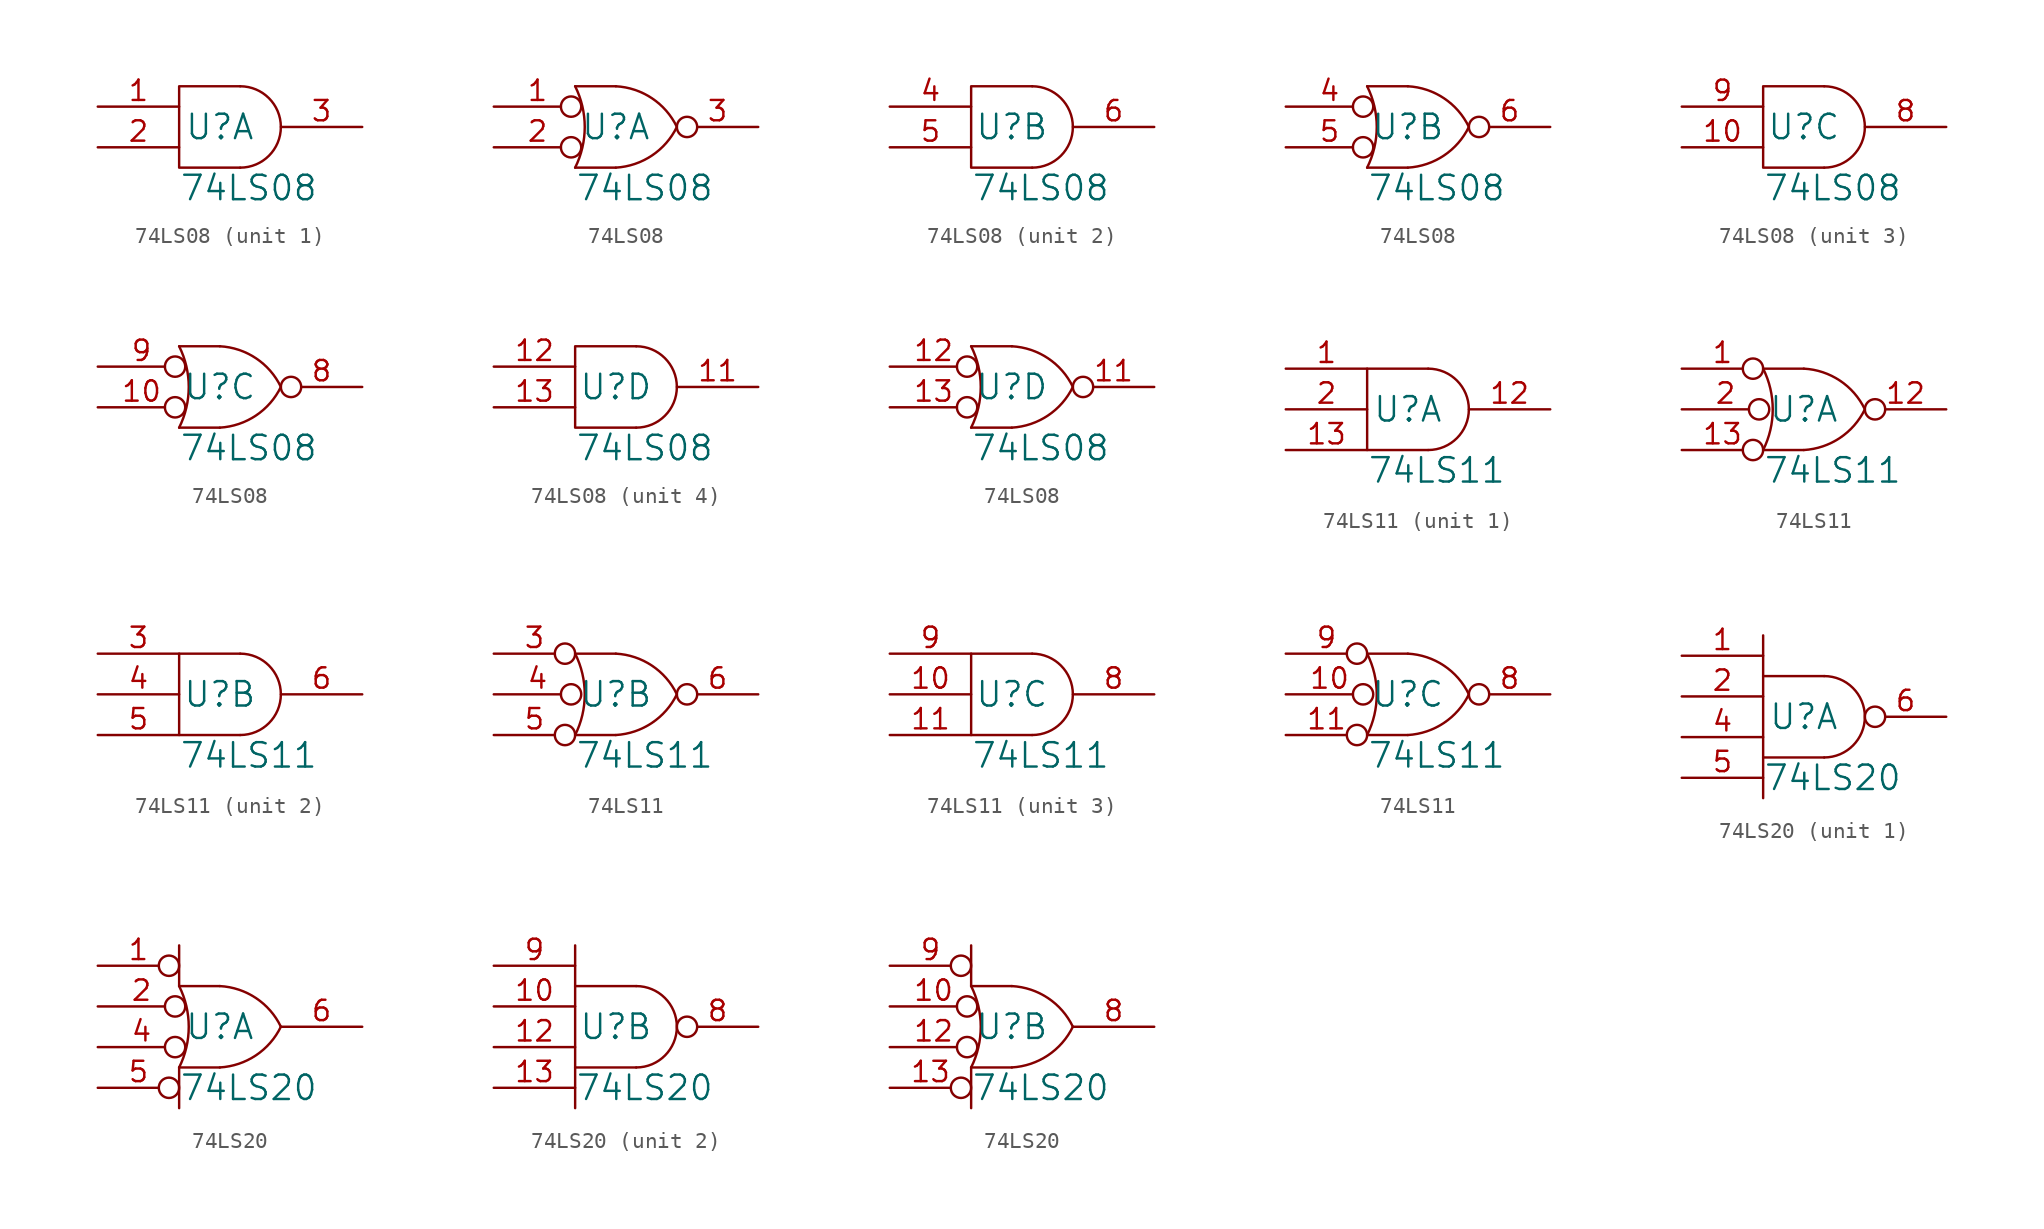
<source format=kicad_sym>
(kicad_symbol_lib
  (version 20211014)
  (generator kicad_symbol_editor)
  (symbol "74LS08"
    (pin_names
      (offset 0.762))
    (property "Reference" "U"
      (at 0 0 0)
      (effects (font (size 1.524 1.524))))
    (property "Value" "74LS08"
      (at -2.54 -3.81 0)
      (effects (font (size 1.524 1.524)) (justify left)))
    (property "Footprint" ""
      (at 0 0 0)
      (effects (font (size 1.524 1.524))))
    (property "Datasheet" ""
      (at 0 0 0)
      (effects (font (size 1.524 1.524))))
    (symbol "74LS08_0_0"
      (pin power_in line (at -1.27 2.54 90) (length 0) hide (name "VCC" (effects (font (size 1.016 1.016)))) (number "14" (effects (font (size 1.016 1.016)))))
      (pin power_in line (at -1.27 -2.54 90) (length 0) hide (name "GND" (effects (font (size 1.016 1.016)))) (number "7" (effects (font (size 1.016 1.016))))))
    (symbol "74LS08_0_1"
      (polyline (pts (xy 1.27 2.54) (xy -2.54 2.54) (xy -2.54 -2.54) (xy 1.27 -2.54)) (stroke (width 0) (type default) (color 0 0 0 0)) (fill (type none)))
      (arc (start 1.27 -2.54) (mid 3.81 0) (end 1.27 2.54) (stroke (width 0) (type default) (color 0 0 0 0)) (fill (type none))))
    (symbol "74LS08_0_2"
      (arc (start -2.54 -2.54) (mid -1.9404 0) (end -2.54 2.54) (stroke (width 0) (type default) (color 0 0 0 0)) (fill (type none)))
      (arc (start 0 -2.54) (mid 2.2496 -1.787) (end 3.81 0) (stroke (width 0) (type default) (color 0 0 0 0)) (fill (type none)))
      (polyline (pts (xy 0 -2.54) (xy -2.54 -2.54)) (stroke (width 0) (type default) (color 0 0 0 0)) (fill (type none)))
      (polyline (pts (xy 0 2.54) (xy -2.54 2.54) (xy -2.54 2.54)) (stroke (width 0) (type default) (color 0 0 0 0)) (fill (type none)))
      (arc (start 3.81 0) (mid 2.2536 1.793) (end 0 2.54) (stroke (width 0) (type default) (color 0 0 0 0)) (fill (type none))))
    (symbol "74LS08_1_1"
      (pin input line (at -7.62 1.27 0) (length 5.08) (name "~" (effects (font (size 1.27 1.27)))) (number "1" (effects (font (size 1.27 1.27)))))
      (pin input line (at -7.62 -1.27 0) (length 5.08) (name "~" (effects (font (size 1.27 1.27)))) (number "2" (effects (font (size 1.27 1.27)))))
      (pin output line (at 8.89 0 180) (length 5.08) (name "~" (effects (font (size 1.27 1.27)))) (number "3" (effects (font (size 1.27 1.27))))))
    (symbol "74LS08_1_2"
      (pin input inverted (at -7.62 1.27 0) (length 5.461) (name "~" (effects (font (size 1.27 1.27)))) (number "1" (effects (font (size 1.27 1.27)))))
      (pin input inverted (at -7.62 -1.27 0) (length 5.461) (name "~" (effects (font (size 1.27 1.27)))) (number "2" (effects (font (size 1.27 1.27)))))
      (pin output inverted (at 8.89 0 180) (length 5.08) (name "~" (effects (font (size 1.27 1.27)))) (number "3" (effects (font (size 1.27 1.27))))))
    (symbol "74LS08_2_1"
      (pin input line (at -7.62 1.27 0) (length 5.08) (name "~" (effects (font (size 1.27 1.27)))) (number "4" (effects (font (size 1.27 1.27)))))
      (pin input line (at -7.62 -1.27 0) (length 5.08) (name "~" (effects (font (size 1.27 1.27)))) (number "5" (effects (font (size 1.27 1.27)))))
      (pin output line (at 8.89 0 180) (length 5.08) (name "~" (effects (font (size 1.27 1.27)))) (number "6" (effects (font (size 1.27 1.27))))))
    (symbol "74LS08_2_2"
      (pin input inverted (at -7.62 1.27 0) (length 5.461) (name "~" (effects (font (size 1.27 1.27)))) (number "4" (effects (font (size 1.27 1.27)))))
      (pin input inverted (at -7.62 -1.27 0) (length 5.461) (name "~" (effects (font (size 1.27 1.27)))) (number "5" (effects (font (size 1.27 1.27)))))
      (pin output inverted (at 8.89 0 180) (length 5.08) (name "~" (effects (font (size 1.27 1.27)))) (number "6" (effects (font (size 1.27 1.27))))))
    (symbol "74LS08_3_1"
      (pin input line (at -7.62 -1.27 0) (length 5.08) (name "~" (effects (font (size 1.27 1.27)))) (number "10" (effects (font (size 1.27 1.27)))))
      (pin output line (at 8.89 0 180) (length 5.08) (name "~" (effects (font (size 1.27 1.27)))) (number "8" (effects (font (size 1.27 1.27)))))
      (pin input line (at -7.62 1.27 0) (length 5.08) (name "~" (effects (font (size 1.27 1.27)))) (number "9" (effects (font (size 1.27 1.27))))))
    (symbol "74LS08_3_2"
      (pin input inverted (at -7.62 -1.27 0) (length 5.461) (name "~" (effects (font (size 1.27 1.27)))) (number "10" (effects (font (size 1.27 1.27)))))
      (pin output inverted (at 8.89 0 180) (length 5.08) (name "~" (effects (font (size 1.27 1.27)))) (number "8" (effects (font (size 1.27 1.27)))))
      (pin input inverted (at -7.62 1.27 0) (length 5.461) (name "~" (effects (font (size 1.27 1.27)))) (number "9" (effects (font (size 1.27 1.27))))))
    (symbol "74LS08_4_1"
      (pin output line (at 8.89 0 180) (length 5.08) (name "~" (effects (font (size 1.27 1.27)))) (number "11" (effects (font (size 1.27 1.27)))))
      (pin input line (at -7.62 1.27 0) (length 5.08) (name "~" (effects (font (size 1.27 1.27)))) (number "12" (effects (font (size 1.27 1.27)))))
      (pin input line (at -7.62 -1.27 0) (length 5.08) (name "~" (effects (font (size 1.27 1.27)))) (number "13" (effects (font (size 1.27 1.27))))))
    (symbol "74LS08_4_2"
      (pin output inverted (at 8.89 0 180) (length 5.08) (name "~" (effects (font (size 1.27 1.27)))) (number "11" (effects (font (size 1.27 1.27)))))
      (pin input inverted (at -7.62 1.27 0) (length 5.461) (name "~" (effects (font (size 1.27 1.27)))) (number "12" (effects (font (size 1.27 1.27)))))
      (pin input inverted (at -7.62 -1.27 0) (length 5.461) (name "~" (effects (font (size 1.27 1.27)))) (number "13" (effects (font (size 1.27 1.27)))))))
  (symbol "74LS11"
    (pin_names
      (offset 0.762))
    (property "Reference" "U"
      (at 0 0 0)
      (effects (font (size 1.524 1.524))))
    (property "Value" "74LS11"
      (at -2.54 -3.81 0)
      (effects (font (size 1.524 1.524)) (justify left)))
    (property "Footprint" ""
      (at 0 0 0)
      (effects (font (size 1.524 1.524))))
    (property "Datasheet" ""
      (at 0 0 0)
      (effects (font (size 1.524 1.524))))
    (symbol "74LS11_0_0"
      (pin power_in line (at -1.27 2.54 90) (length 0) hide (name "VCC" (effects (font (size 1.016 1.016)))) (number "14" (effects (font (size 1.016 1.016)))))
      (pin power_in line (at -1.27 -2.54 90) (length 0) hide (name "GND" (effects (font (size 1.016 1.016)))) (number "7" (effects (font (size 1.016 1.016))))))
    (symbol "74LS11_0_1"
      (polyline (pts (xy 1.27 2.54) (xy -2.54 2.54) (xy -2.54 -2.54) (xy 1.27 -2.54)) (stroke (width 0) (type default) (color 0 0 0 0)) (fill (type none)))
      (arc (start 1.27 -2.54) (mid 3.81 0) (end 1.27 2.54) (stroke (width 0) (type default) (color 0 0 0 0)) (fill (type none))))
    (symbol "74LS11_0_2"
      (arc (start -2.54 -2.54) (mid -1.9404 0) (end -2.54 2.54) (stroke (width 0) (type default) (color 0 0 0 0)) (fill (type none)))
      (arc (start 0 -2.54) (mid 2.2496 -1.787) (end 3.81 0) (stroke (width 0) (type default) (color 0 0 0 0)) (fill (type none)))
      (polyline (pts (xy 0 -2.54) (xy -2.54 -2.54)) (stroke (width 0) (type default) (color 0 0 0 0)) (fill (type none)))
      (polyline (pts (xy 0 2.54) (xy -2.54 2.54) (xy -2.54 2.54)) (stroke (width 0) (type default) (color 0 0 0 0)) (fill (type none)))
      (arc (start 3.81 0) (mid 2.2536 1.793) (end 0 2.54) (stroke (width 0) (type default) (color 0 0 0 0)) (fill (type none))))
    (symbol "74LS11_1_1"
      (pin input line (at -7.62 2.54 0) (length 5.08) (name "~" (effects (font (size 1.27 1.27)))) (number "1" (effects (font (size 1.27 1.27)))))
      (pin output line (at 8.89 0 180) (length 5.08) (name "~" (effects (font (size 1.27 1.27)))) (number "12" (effects (font (size 1.27 1.27)))))
      (pin input line (at -7.62 -2.54 0) (length 5.08) (name "~" (effects (font (size 1.27 1.27)))) (number "13" (effects (font (size 1.27 1.27)))))
      (pin input line (at -7.62 0 0) (length 5.08) (name "~" (effects (font (size 1.27 1.27)))) (number "2" (effects (font (size 1.27 1.27))))))
    (symbol "74LS11_1_2"
      (pin input inverted (at -7.62 2.54 0) (length 5.08) (name "~" (effects (font (size 1.27 1.27)))) (number "1" (effects (font (size 1.27 1.27)))))
      (pin output inverted (at 8.89 0 180) (length 5.08) (name "~" (effects (font (size 1.27 1.27)))) (number "12" (effects (font (size 1.27 1.27)))))
      (pin input inverted (at -7.62 -2.54 0) (length 5.08) (name "~" (effects (font (size 1.27 1.27)))) (number "13" (effects (font (size 1.27 1.27)))))
      (pin input inverted (at -7.62 0 0) (length 5.461) (name "~" (effects (font (size 1.27 1.27)))) (number "2" (effects (font (size 1.27 1.27))))))
    (symbol "74LS11_2_1"
      (pin input line (at -7.62 2.54 0) (length 5.08) (name "~" (effects (font (size 1.27 1.27)))) (number "3" (effects (font (size 1.27 1.27)))))
      (pin input line (at -7.62 0 0) (length 5.08) (name "~" (effects (font (size 1.27 1.27)))) (number "4" (effects (font (size 1.27 1.27)))))
      (pin input line (at -7.62 -2.54 0) (length 5.08) (name "~" (effects (font (size 1.27 1.27)))) (number "5" (effects (font (size 1.27 1.27)))))
      (pin output line (at 8.89 0 180) (length 5.08) (name "~" (effects (font (size 1.27 1.27)))) (number "6" (effects (font (size 1.27 1.27))))))
    (symbol "74LS11_2_2"
      (pin input inverted (at -7.62 2.54 0) (length 5.08) (name "~" (effects (font (size 1.27 1.27)))) (number "3" (effects (font (size 1.27 1.27)))))
      (pin input inverted (at -7.62 0 0) (length 5.461) (name "~" (effects (font (size 1.27 1.27)))) (number "4" (effects (font (size 1.27 1.27)))))
      (pin input inverted (at -7.62 -2.54 0) (length 5.08) (name "~" (effects (font (size 1.27 1.27)))) (number "5" (effects (font (size 1.27 1.27)))))
      (pin output inverted (at 8.89 0 180) (length 5.08) (name "~" (effects (font (size 1.27 1.27)))) (number "6" (effects (font (size 1.27 1.27))))))
    (symbol "74LS11_3_1"
      (pin input line (at -7.62 0 0) (length 5.08) (name "~" (effects (font (size 1.27 1.27)))) (number "10" (effects (font (size 1.27 1.27)))))
      (pin input line (at -7.62 -2.54 0) (length 5.08) (name "~" (effects (font (size 1.27 1.27)))) (number "11" (effects (font (size 1.27 1.27)))))
      (pin output line (at 8.89 0 180) (length 5.08) (name "~" (effects (font (size 1.27 1.27)))) (number "8" (effects (font (size 1.27 1.27)))))
      (pin input line (at -7.62 2.54 0) (length 5.08) (name "~" (effects (font (size 1.27 1.27)))) (number "9" (effects (font (size 1.27 1.27))))))
    (symbol "74LS11_3_2"
      (pin input inverted (at -7.62 0 0) (length 5.461) (name "~" (effects (font (size 1.27 1.27)))) (number "10" (effects (font (size 1.27 1.27)))))
      (pin input inverted (at -7.62 -2.54 0) (length 5.08) (name "~" (effects (font (size 1.27 1.27)))) (number "11" (effects (font (size 1.27 1.27)))))
      (pin output inverted (at 8.89 0 180) (length 5.08) (name "~" (effects (font (size 1.27 1.27)))) (number "8" (effects (font (size 1.27 1.27)))))
      (pin input inverted (at -7.62 2.54 0) (length 5.08) (name "~" (effects (font (size 1.27 1.27)))) (number "9" (effects (font (size 1.27 1.27)))))))
  (symbol "74LS20"
    (pin_names
      (offset 0.762))
    (property "Reference" "U"
      (at 0 0 0)
      (effects (font (size 1.524 1.524))))
    (property "Value" "74LS20"
      (at -2.54 -3.81 0)
      (effects (font (size 1.524 1.524)) (justify left)))
    (property "Footprint" ""
      (at 0 0 0)
      (effects (font (size 1.524 1.524))))
    (property "Datasheet" ""
      (at 0 0 0)
      (effects (font (size 1.524 1.524))))
    (symbol "74LS20_0_0"
      (pin power_in line (at -1.27 2.54 90) (length 0) hide (name "VCC" (effects (font (size 1.016 1.016)))) (number "14" (effects (font (size 1.016 1.016)))))
      (pin power_in line (at -1.27 -2.54 90) (length 0) hide (name "GND" (effects (font (size 1.016 1.016)))) (number "7" (effects (font (size 1.016 1.016))))))
    (symbol "74LS20_0_1"
      (polyline (pts (xy -2.54 -5.08) (xy -2.54 -2.54)) (stroke (width 0) (type default) (color 0 0 0 0)) (fill (type none)))
      (polyline (pts (xy -2.54 5.08) (xy -2.54 2.54)) (stroke (width 0) (type default) (color 0 0 0 0)) (fill (type none)))
      (polyline (pts (xy 1.27 2.54) (xy -2.54 2.54) (xy -2.54 -2.54) (xy 1.27 -2.54)) (stroke (width 0) (type default) (color 0 0 0 0)) (fill (type none)))
      (arc (start 1.27 -2.54) (mid 3.81 0) (end 1.27 2.54) (stroke (width 0) (type default) (color 0 0 0 0)) (fill (type none))))
    (symbol "74LS20_0_2"
      (arc (start -2.54 -2.54) (mid -1.9404 0) (end -2.54 2.54) (stroke (width 0) (type default) (color 0 0 0 0)) (fill (type none)))
      (arc (start 0 -2.54) (mid 2.2496 -1.787) (end 3.81 0) (stroke (width 0) (type default) (color 0 0 0 0)) (fill (type none)))
      (polyline (pts (xy -2.54 -2.54) (xy -2.54 -5.08)) (stroke (width 0) (type default) (color 0 0 0 0)) (fill (type none)))
      (polyline (pts (xy -2.54 5.08) (xy -2.54 2.54)) (stroke (width 0) (type default) (color 0 0 0 0)) (fill (type none)))
      (polyline (pts (xy 0 -2.54) (xy -2.54 -2.54)) (stroke (width 0) (type default) (color 0 0 0 0)) (fill (type none)))
      (polyline (pts (xy 0 2.54) (xy -2.54 2.54) (xy -2.54 2.54)) (stroke (width 0) (type default) (color 0 0 0 0)) (fill (type none)))
      (arc (start 3.81 0) (mid 2.2536 1.793) (end 0 2.54) (stroke (width 0) (type default) (color 0 0 0 0)) (fill (type none))))
    (symbol "74LS20_1_1"
      (pin input line (at -7.62 3.81 0) (length 5.08) (name "~" (effects (font (size 1.27 1.27)))) (number "1" (effects (font (size 1.27 1.27)))))
      (pin input line (at -7.62 1.27 0) (length 5.08) (name "~" (effects (font (size 1.27 1.27)))) (number "2" (effects (font (size 1.27 1.27)))))
      (pin input line (at -7.62 -1.27 0) (length 5.08) (name "~" (effects (font (size 1.27 1.27)))) (number "4" (effects (font (size 1.27 1.27)))))
      (pin input line (at -7.62 -3.81 0) (length 5.08) (name "~" (effects (font (size 1.27 1.27)))) (number "5" (effects (font (size 1.27 1.27)))))
      (pin output inverted (at 8.89 0 180) (length 5.08) (name "~" (effects (font (size 1.27 1.27)))) (number "6" (effects (font (size 1.27 1.27))))))
    (symbol "74LS20_1_2"
      (pin input inverted (at -7.62 3.81 0) (length 5.08) (name "~" (effects (font (size 1.27 1.27)))) (number "1" (effects (font (size 1.27 1.27)))))
      (pin input inverted (at -7.62 1.27 0) (length 5.461) (name "~" (effects (font (size 1.27 1.27)))) (number "2" (effects (font (size 1.27 1.27)))))
      (pin input inverted (at -7.62 -1.27 0) (length 5.461) (name "~" (effects (font (size 1.27 1.27)))) (number "4" (effects (font (size 1.27 1.27)))))
      (pin input inverted (at -7.62 -3.81 0) (length 5.08) (name "~" (effects (font (size 1.27 1.27)))) (number "5" (effects (font (size 1.27 1.27)))))
      (pin output line (at 8.89 0 180) (length 5.08) (name "~" (effects (font (size 1.27 1.27)))) (number "6" (effects (font (size 1.27 1.27))))))
    (symbol "74LS20_2_1"
      (pin input line (at -7.62 1.27 0) (length 5.08) (name "~" (effects (font (size 1.27 1.27)))) (number "10" (effects (font (size 1.27 1.27)))))
      (pin input line (at -7.62 -1.27 0) (length 5.08) (name "~" (effects (font (size 1.27 1.27)))) (number "12" (effects (font (size 1.27 1.27)))))
      (pin input line (at -7.62 -3.81 0) (length 5.08) (name "~" (effects (font (size 1.27 1.27)))) (number "13" (effects (font (size 1.27 1.27)))))
      (pin output inverted (at 8.89 0 180) (length 5.08) (name "~" (effects (font (size 1.27 1.27)))) (number "8" (effects (font (size 1.27 1.27)))))
      (pin input line (at -7.62 3.81 0) (length 5.08) (name "~" (effects (font (size 1.27 1.27)))) (number "9" (effects (font (size 1.27 1.27))))))
    (symbol "74LS20_2_2"
      (pin input inverted (at -7.62 1.27 0) (length 5.461) (name "~" (effects (font (size 1.27 1.27)))) (number "10" (effects (font (size 1.27 1.27)))))
      (pin input inverted (at -7.62 -1.27 0) (length 5.461) (name "~" (effects (font (size 1.27 1.27)))) (number "12" (effects (font (size 1.27 1.27)))))
      (pin input inverted (at -7.62 -3.81 0) (length 5.08) (name "~" (effects (font (size 1.27 1.27)))) (number "13" (effects (font (size 1.27 1.27)))))
      (pin output line (at 8.89 0 180) (length 5.08) (name "~" (effects (font (size 1.27 1.27)))) (number "8" (effects (font (size 1.27 1.27)))))
      (pin input inverted (at -7.62 3.81 0) (length 5.08) (name "~" (effects (font (size 1.27 1.27)))) (number "9" (effects (font (size 1.27 1.27))))))))
</source>
